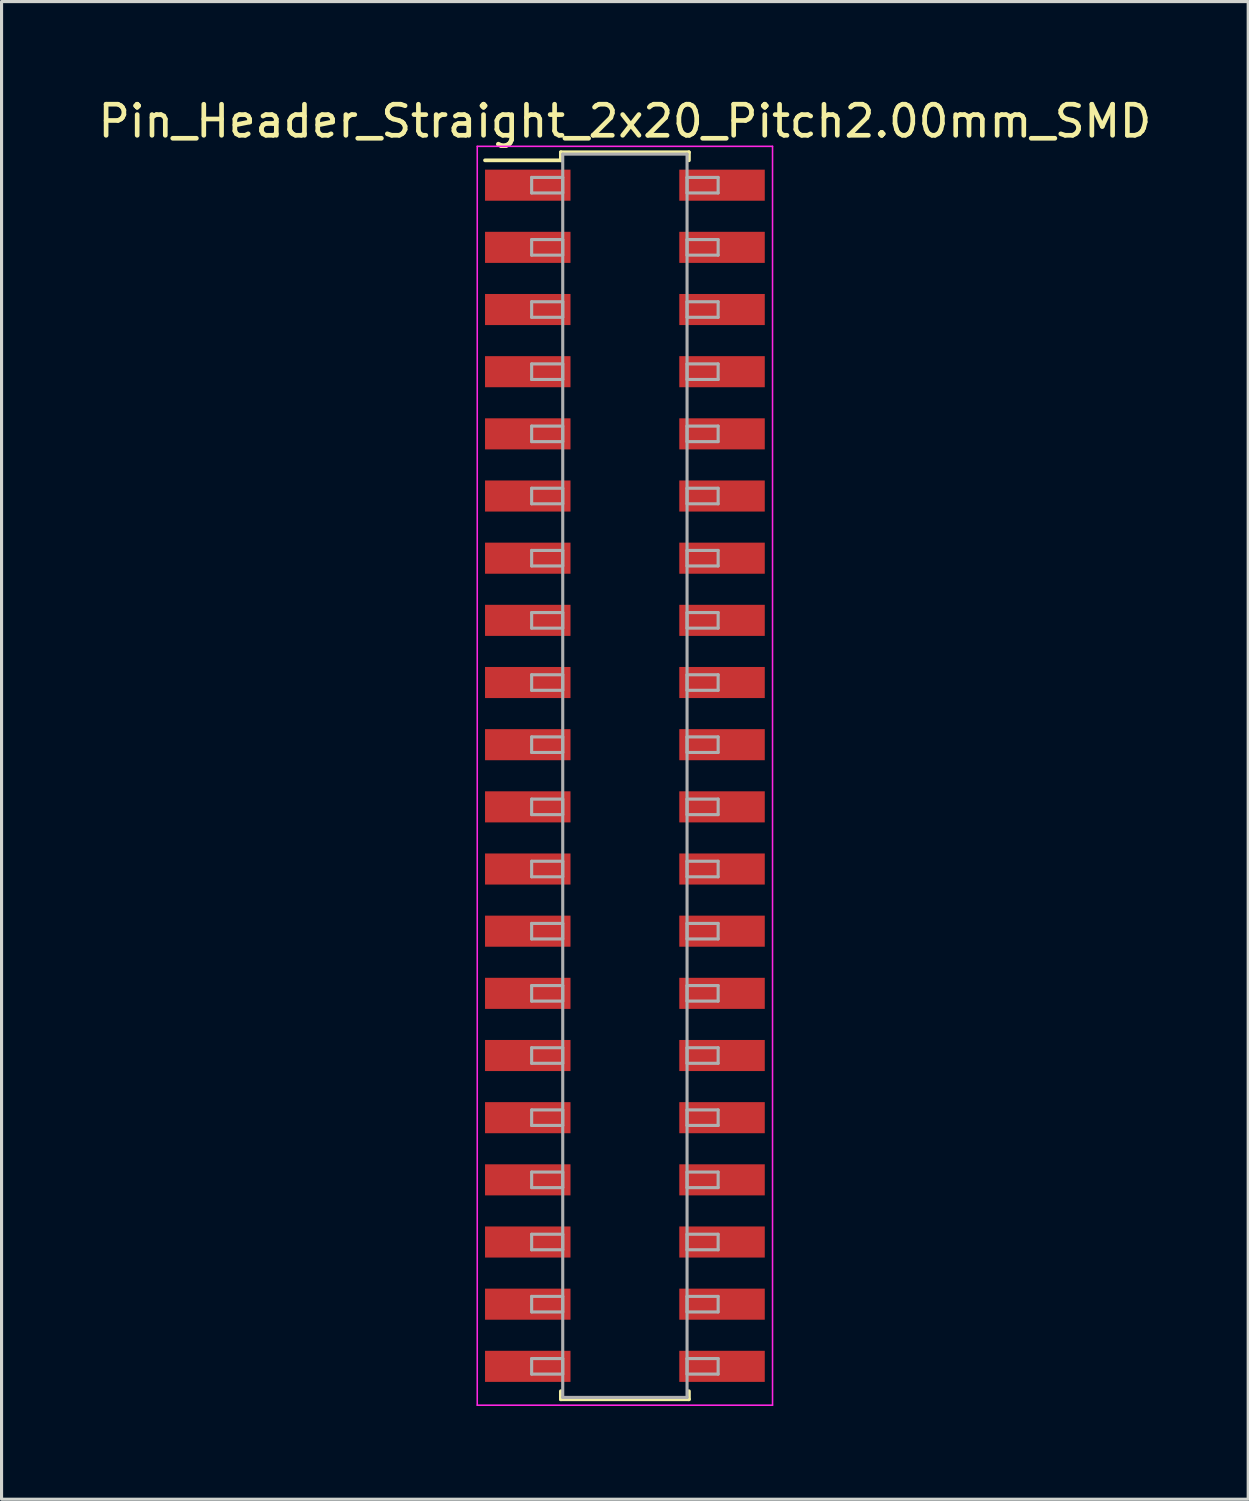
<source format=kicad_pcb>
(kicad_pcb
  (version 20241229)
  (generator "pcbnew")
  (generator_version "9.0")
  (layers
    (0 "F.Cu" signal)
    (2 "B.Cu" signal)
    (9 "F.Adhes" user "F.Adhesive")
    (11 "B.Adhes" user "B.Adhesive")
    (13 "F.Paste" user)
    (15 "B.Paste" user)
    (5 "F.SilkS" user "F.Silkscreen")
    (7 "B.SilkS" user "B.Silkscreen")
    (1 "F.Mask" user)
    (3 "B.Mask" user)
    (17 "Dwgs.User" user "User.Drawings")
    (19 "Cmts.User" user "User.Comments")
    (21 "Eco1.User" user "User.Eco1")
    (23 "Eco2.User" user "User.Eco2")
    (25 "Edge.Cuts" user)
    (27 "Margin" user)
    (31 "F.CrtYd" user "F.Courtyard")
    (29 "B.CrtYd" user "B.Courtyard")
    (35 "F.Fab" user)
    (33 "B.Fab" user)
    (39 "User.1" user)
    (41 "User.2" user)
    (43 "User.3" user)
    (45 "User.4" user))
  (footprint "Pin_Header_Straight_2x20_Pitch2.00mm_SMD"
    (layer "F.Cu")
    (at 17.054 21.908)
    (property "Reference" "Pin_Header_Straight_2x20_Pitch2.00mm_SMD" (at 0 -21.06 0) (layer "F.SilkS") (effects (font (size 1 1) (thickness 0.15))))
    (attr smd)
    (fp_line (start -4.5 -19.8) (end -2.06 -19.8) (stroke (width 0.12) (type solid)) (layer "F.SilkS"))
    (fp_line (start -2.06 -20.06) (end 2.06 -20.06) (stroke (width 0.12) (type solid)) (layer "F.SilkS"))
    (fp_line (start -2.06 -19.8) (end -2.06 -20.06) (stroke (width 0.12) (type solid)) (layer "F.SilkS"))
    (fp_line (start -2.06 19.8) (end -2.06 20.06) (stroke (width 0.12) (type solid)) (layer "F.SilkS"))
    (fp_line (start -2.06 20.06) (end 2.06 20.06) (stroke (width 0.12) (type solid)) (layer "F.SilkS"))
    (fp_line (start 2.06 -20.06) (end 2.06 -19.8) (stroke (width 0.12) (type solid)) (layer "F.SilkS"))
    (fp_line (start 2.06 20.06) (end 2.06 19.8) (stroke (width 0.12) (type solid)) (layer "F.SilkS"))
    (fp_line (start -4.75 -20.25) (end -4.75 20.25) (stroke (width 0.05) (type solid)) (layer "F.CrtYd"))
    (fp_line (start -4.75 20.25) (end 4.75 20.25) (stroke (width 0.05) (type solid)) (layer "F.CrtYd"))
    (fp_line (start 4.75 -20.25) (end -4.75 -20.25) (stroke (width 0.05) (type solid)) (layer "F.CrtYd"))
    (fp_line (start 4.75 20.25) (end 4.75 -20.25) (stroke (width 0.05) (type solid)) (layer "F.CrtYd"))
    (fp_line (start -3 -19.25) (end -2 -19.25) (stroke (width 0.1) (type solid)) (layer "F.Fab"))
    (fp_line (start -3 -18.75) (end -3 -19.25) (stroke (width 0.1) (type solid)) (layer "F.Fab"))
    (fp_line (start -3 -17.25) (end -2 -17.25) (stroke (width 0.1) (type solid)) (layer "F.Fab"))
    (fp_line (start -3 -16.75) (end -3 -17.25) (stroke (width 0.1) (type solid)) (layer "F.Fab"))
    (fp_line (start -3 -15.25) (end -2 -15.25) (stroke (width 0.1) (type solid)) (layer "F.Fab"))
    (fp_line (start -3 -14.75) (end -3 -15.25) (stroke (width 0.1) (type solid)) (layer "F.Fab"))
    (fp_line (start -3 -13.25) (end -2 -13.25) (stroke (width 0.1) (type solid)) (layer "F.Fab"))
    (fp_line (start -3 -12.75) (end -3 -13.25) (stroke (width 0.1) (type solid)) (layer "F.Fab"))
    (fp_line (start -3 -11.25) (end -2 -11.25) (stroke (width 0.1) (type solid)) (layer "F.Fab"))
    (fp_line (start -3 -10.75) (end -3 -11.25) (stroke (width 0.1) (type solid)) (layer "F.Fab"))
    (fp_line (start -3 -9.25) (end -2 -9.25) (stroke (width 0.1) (type solid)) (layer "F.Fab"))
    (fp_line (start -3 -8.75) (end -3 -9.25) (stroke (width 0.1) (type solid)) (layer "F.Fab"))
    (fp_line (start -3 -7.25) (end -2 -7.25) (stroke (width 0.1) (type solid)) (layer "F.Fab"))
    (fp_line (start -3 -6.75) (end -3 -7.25) (stroke (width 0.1) (type solid)) (layer "F.Fab"))
    (fp_line (start -3 -5.25) (end -2 -5.25) (stroke (width 0.1) (type solid)) (layer "F.Fab"))
    (fp_line (start -3 -4.75) (end -3 -5.25) (stroke (width 0.1) (type solid)) (layer "F.Fab"))
    (fp_line (start -3 -3.25) (end -2 -3.25) (stroke (width 0.1) (type solid)) (layer "F.Fab"))
    (fp_line (start -3 -2.75) (end -3 -3.25) (stroke (width 0.1) (type solid)) (layer "F.Fab"))
    (fp_line (start -3 -1.25) (end -2 -1.25) (stroke (width 0.1) (type solid)) (layer "F.Fab"))
    (fp_line (start -3 -0.75) (end -3 -1.25) (stroke (width 0.1) (type solid)) (layer "F.Fab"))
    (fp_line (start -3 0.75) (end -2 0.75) (stroke (width 0.1) (type solid)) (layer "F.Fab"))
    (fp_line (start -3 1.25) (end -3 0.75) (stroke (width 0.1) (type solid)) (layer "F.Fab"))
    (fp_line (start -3 2.75) (end -2 2.75) (stroke (width 0.1) (type solid)) (layer "F.Fab"))
    (fp_line (start -3 3.25) (end -3 2.75) (stroke (width 0.1) (type solid)) (layer "F.Fab"))
    (fp_line (start -3 4.75) (end -2 4.75) (stroke (width 0.1) (type solid)) (layer "F.Fab"))
    (fp_line (start -3 5.25) (end -3 4.75) (stroke (width 0.1) (type solid)) (layer "F.Fab"))
    (fp_line (start -3 6.75) (end -2 6.75) (stroke (width 0.1) (type solid)) (layer "F.Fab"))
    (fp_line (start -3 7.25) (end -3 6.75) (stroke (width 0.1) (type solid)) (layer "F.Fab"))
    (fp_line (start -3 8.75) (end -2 8.75) (stroke (width 0.1) (type solid)) (layer "F.Fab"))
    (fp_line (start -3 9.25) (end -3 8.75) (stroke (width 0.1) (type solid)) (layer "F.Fab"))
    (fp_line (start -3 10.75) (end -2 10.75) (stroke (width 0.1) (type solid)) (layer "F.Fab"))
    (fp_line (start -3 11.25) (end -3 10.75) (stroke (width 0.1) (type solid)) (layer "F.Fab"))
    (fp_line (start -3 12.75) (end -2 12.75) (stroke (width 0.1) (type solid)) (layer "F.Fab"))
    (fp_line (start -3 13.25) (end -3 12.75) (stroke (width 0.1) (type solid)) (layer "F.Fab"))
    (fp_line (start -3 14.75) (end -2 14.75) (stroke (width 0.1) (type solid)) (layer "F.Fab"))
    (fp_line (start -3 15.25) (end -3 14.75) (stroke (width 0.1) (type solid)) (layer "F.Fab"))
    (fp_line (start -3 16.75) (end -2 16.75) (stroke (width 0.1) (type solid)) (layer "F.Fab"))
    (fp_line (start -3 17.25) (end -3 16.75) (stroke (width 0.1) (type solid)) (layer "F.Fab"))
    (fp_line (start -3 18.75) (end -2 18.75) (stroke (width 0.1) (type solid)) (layer "F.Fab"))
    (fp_line (start -3 19.25) (end -3 18.75) (stroke (width 0.1) (type solid)) (layer "F.Fab"))
    (fp_line (start -2 -20) (end -2 20) (stroke (width 0.1) (type solid)) (layer "F.Fab"))
    (fp_line (start -2 -19.25) (end -2 -18.75) (stroke (width 0.1) (type solid)) (layer "F.Fab"))
    (fp_line (start -2 -18.75) (end -3 -18.75) (stroke (width 0.1) (type solid)) (layer "F.Fab"))
    (fp_line (start -2 -17.25) (end -2 -16.75) (stroke (width 0.1) (type solid)) (layer "F.Fab"))
    (fp_line (start -2 -16.75) (end -3 -16.75) (stroke (width 0.1) (type solid)) (layer "F.Fab"))
    (fp_line (start -2 -15.25) (end -2 -14.75) (stroke (width 0.1) (type solid)) (layer "F.Fab"))
    (fp_line (start -2 -14.75) (end -3 -14.75) (stroke (width 0.1) (type solid)) (layer "F.Fab"))
    (fp_line (start -2 -13.25) (end -2 -12.75) (stroke (width 0.1) (type solid)) (layer "F.Fab"))
    (fp_line (start -2 -12.75) (end -3 -12.75) (stroke (width 0.1) (type solid)) (layer "F.Fab"))
    (fp_line (start -2 -11.25) (end -2 -10.75) (stroke (width 0.1) (type solid)) (layer "F.Fab"))
    (fp_line (start -2 -10.75) (end -3 -10.75) (stroke (width 0.1) (type solid)) (layer "F.Fab"))
    (fp_line (start -2 -9.25) (end -2 -8.75) (stroke (width 0.1) (type solid)) (layer "F.Fab"))
    (fp_line (start -2 -8.75) (end -3 -8.75) (stroke (width 0.1) (type solid)) (layer "F.Fab"))
    (fp_line (start -2 -7.25) (end -2 -6.75) (stroke (width 0.1) (type solid)) (layer "F.Fab"))
    (fp_line (start -2 -6.75) (end -3 -6.75) (stroke (width 0.1) (type solid)) (layer "F.Fab"))
    (fp_line (start -2 -5.25) (end -2 -4.75) (stroke (width 0.1) (type solid)) (layer "F.Fab"))
    (fp_line (start -2 -4.75) (end -3 -4.75) (stroke (width 0.1) (type solid)) (layer "F.Fab"))
    (fp_line (start -2 -3.25) (end -2 -2.75) (stroke (width 0.1) (type solid)) (layer "F.Fab"))
    (fp_line (start -2 -2.75) (end -3 -2.75) (stroke (width 0.1) (type solid)) (layer "F.Fab"))
    (fp_line (start -2 -1.25) (end -2 -0.75) (stroke (width 0.1) (type solid)) (layer "F.Fab"))
    (fp_line (start -2 -0.75) (end -3 -0.75) (stroke (width 0.1) (type solid)) (layer "F.Fab"))
    (fp_line (start -2 0.75) (end -2 1.25) (stroke (width 0.1) (type solid)) (layer "F.Fab"))
    (fp_line (start -2 1.25) (end -3 1.25) (stroke (width 0.1) (type solid)) (layer "F.Fab"))
    (fp_line (start -2 2.75) (end -2 3.25) (stroke (width 0.1) (type solid)) (layer "F.Fab"))
    (fp_line (start -2 3.25) (end -3 3.25) (stroke (width 0.1) (type solid)) (layer "F.Fab"))
    (fp_line (start -2 4.75) (end -2 5.25) (stroke (width 0.1) (type solid)) (layer "F.Fab"))
    (fp_line (start -2 5.25) (end -3 5.25) (stroke (width 0.1) (type solid)) (layer "F.Fab"))
    (fp_line (start -2 6.75) (end -2 7.25) (stroke (width 0.1) (type solid)) (layer "F.Fab"))
    (fp_line (start -2 7.25) (end -3 7.25) (stroke (width 0.1) (type solid)) (layer "F.Fab"))
    (fp_line (start -2 8.75) (end -2 9.25) (stroke (width 0.1) (type solid)) (layer "F.Fab"))
    (fp_line (start -2 9.25) (end -3 9.25) (stroke (width 0.1) (type solid)) (layer "F.Fab"))
    (fp_line (start -2 10.75) (end -2 11.25) (stroke (width 0.1) (type solid)) (layer "F.Fab"))
    (fp_line (start -2 11.25) (end -3 11.25) (stroke (width 0.1) (type solid)) (layer "F.Fab"))
    (fp_line (start -2 12.75) (end -2 13.25) (stroke (width 0.1) (type solid)) (layer "F.Fab"))
    (fp_line (start -2 13.25) (end -3 13.25) (stroke (width 0.1) (type solid)) (layer "F.Fab"))
    (fp_line (start -2 14.75) (end -2 15.25) (stroke (width 0.1) (type solid)) (layer "F.Fab"))
    (fp_line (start -2 15.25) (end -3 15.25) (stroke (width 0.1) (type solid)) (layer "F.Fab"))
    (fp_line (start -2 16.75) (end -2 17.25) (stroke (width 0.1) (type solid)) (layer "F.Fab"))
    (fp_line (start -2 17.25) (end -3 17.25) (stroke (width 0.1) (type solid)) (layer "F.Fab"))
    (fp_line (start -2 18.75) (end -2 19.25) (stroke (width 0.1) (type solid)) (layer "F.Fab"))
    (fp_line (start -2 19.25) (end -3 19.25) (stroke (width 0.1) (type solid)) (layer "F.Fab"))
    (fp_line (start -2 20) (end 2 20) (stroke (width 0.1) (type solid)) (layer "F.Fab"))
    (fp_line (start 2 -20) (end -2 -20) (stroke (width 0.1) (type solid)) (layer "F.Fab"))
    (fp_line (start 2 -19.25) (end 2 -18.75) (stroke (width 0.1) (type solid)) (layer "F.Fab"))
    (fp_line (start 2 -18.75) (end 3 -18.75) (stroke (width 0.1) (type solid)) (layer "F.Fab"))
    (fp_line (start 2 -17.25) (end 2 -16.75) (stroke (width 0.1) (type solid)) (layer "F.Fab"))
    (fp_line (start 2 -16.75) (end 3 -16.75) (stroke (width 0.1) (type solid)) (layer "F.Fab"))
    (fp_line (start 2 -15.25) (end 2 -14.75) (stroke (width 0.1) (type solid)) (layer "F.Fab"))
    (fp_line (start 2 -14.75) (end 3 -14.75) (stroke (width 0.1) (type solid)) (layer "F.Fab"))
    (fp_line (start 2 -13.25) (end 2 -12.75) (stroke (width 0.1) (type solid)) (layer "F.Fab"))
    (fp_line (start 2 -12.75) (end 3 -12.75) (stroke (width 0.1) (type solid)) (layer "F.Fab"))
    (fp_line (start 2 -11.25) (end 2 -10.75) (stroke (width 0.1) (type solid)) (layer "F.Fab"))
    (fp_line (start 2 -10.75) (end 3 -10.75) (stroke (width 0.1) (type solid)) (layer "F.Fab"))
    (fp_line (start 2 -9.25) (end 2 -8.75) (stroke (width 0.1) (type solid)) (layer "F.Fab"))
    (fp_line (start 2 -8.75) (end 3 -8.75) (stroke (width 0.1) (type solid)) (layer "F.Fab"))
    (fp_line (start 2 -7.25) (end 2 -6.75) (stroke (width 0.1) (type solid)) (layer "F.Fab"))
    (fp_line (start 2 -6.75) (end 3 -6.75) (stroke (width 0.1) (type solid)) (layer "F.Fab"))
    (fp_line (start 2 -5.25) (end 2 -4.75) (stroke (width 0.1) (type solid)) (layer "F.Fab"))
    (fp_line (start 2 -4.75) (end 3 -4.75) (stroke (width 0.1) (type solid)) (layer "F.Fab"))
    (fp_line (start 2 -3.25) (end 2 -2.75) (stroke (width 0.1) (type solid)) (layer "F.Fab"))
    (fp_line (start 2 -2.75) (end 3 -2.75) (stroke (width 0.1) (type solid)) (layer "F.Fab"))
    (fp_line (start 2 -1.25) (end 2 -0.75) (stroke (width 0.1) (type solid)) (layer "F.Fab"))
    (fp_line (start 2 -0.75) (end 3 -0.75) (stroke (width 0.1) (type solid)) (layer "F.Fab"))
    (fp_line (start 2 0.75) (end 2 1.25) (stroke (width 0.1) (type solid)) (layer "F.Fab"))
    (fp_line (start 2 1.25) (end 3 1.25) (stroke (width 0.1) (type solid)) (layer "F.Fab"))
    (fp_line (start 2 2.75) (end 2 3.25) (stroke (width 0.1) (type solid)) (layer "F.Fab"))
    (fp_line (start 2 3.25) (end 3 3.25) (stroke (width 0.1) (type solid)) (layer "F.Fab"))
    (fp_line (start 2 4.75) (end 2 5.25) (stroke (width 0.1) (type solid)) (layer "F.Fab"))
    (fp_line (start 2 5.25) (end 3 5.25) (stroke (width 0.1) (type solid)) (layer "F.Fab"))
    (fp_line (start 2 6.75) (end 2 7.25) (stroke (width 0.1) (type solid)) (layer "F.Fab"))
    (fp_line (start 2 7.25) (end 3 7.25) (stroke (width 0.1) (type solid)) (layer "F.Fab"))
    (fp_line (start 2 8.75) (end 2 9.25) (stroke (width 0.1) (type solid)) (layer "F.Fab"))
    (fp_line (start 2 9.25) (end 3 9.25) (stroke (width 0.1) (type solid)) (layer "F.Fab"))
    (fp_line (start 2 10.75) (end 2 11.25) (stroke (width 0.1) (type solid)) (layer "F.Fab"))
    (fp_line (start 2 11.25) (end 3 11.25) (stroke (width 0.1) (type solid)) (layer "F.Fab"))
    (fp_line (start 2 12.75) (end 2 13.25) (stroke (width 0.1) (type solid)) (layer "F.Fab"))
    (fp_line (start 2 13.25) (end 3 13.25) (stroke (width 0.1) (type solid)) (layer "F.Fab"))
    (fp_line (start 2 14.75) (end 2 15.25) (stroke (width 0.1) (type solid)) (layer "F.Fab"))
    (fp_line (start 2 15.25) (end 3 15.25) (stroke (width 0.1) (type solid)) (layer "F.Fab"))
    (fp_line (start 2 16.75) (end 2 17.25) (stroke (width 0.1) (type solid)) (layer "F.Fab"))
    (fp_line (start 2 17.25) (end 3 17.25) (stroke (width 0.1) (type solid)) (layer "F.Fab"))
    (fp_line (start 2 18.75) (end 2 19.25) (stroke (width 0.1) (type solid)) (layer "F.Fab"))
    (fp_line (start 2 19.25) (end 3 19.25) (stroke (width 0.1) (type solid)) (layer "F.Fab"))
    (fp_line (start 2 20) (end 2 -20) (stroke (width 0.1) (type solid)) (layer "F.Fab"))
    (fp_line (start 3 -19.25) (end 2 -19.25) (stroke (width 0.1) (type solid)) (layer "F.Fab"))
    (fp_line (start 3 -18.75) (end 3 -19.25) (stroke (width 0.1) (type solid)) (layer "F.Fab"))
    (fp_line (start 3 -17.25) (end 2 -17.25) (stroke (width 0.1) (type solid)) (layer "F.Fab"))
    (fp_line (start 3 -16.75) (end 3 -17.25) (stroke (width 0.1) (type solid)) (layer "F.Fab"))
    (fp_line (start 3 -15.25) (end 2 -15.25) (stroke (width 0.1) (type solid)) (layer "F.Fab"))
    (fp_line (start 3 -14.75) (end 3 -15.25) (stroke (width 0.1) (type solid)) (layer "F.Fab"))
    (fp_line (start 3 -13.25) (end 2 -13.25) (stroke (width 0.1) (type solid)) (layer "F.Fab"))
    (fp_line (start 3 -12.75) (end 3 -13.25) (stroke (width 0.1) (type solid)) (layer "F.Fab"))
    (fp_line (start 3 -11.25) (end 2 -11.25) (stroke (width 0.1) (type solid)) (layer "F.Fab"))
    (fp_line (start 3 -10.75) (end 3 -11.25) (stroke (width 0.1) (type solid)) (layer "F.Fab"))
    (fp_line (start 3 -9.25) (end 2 -9.25) (stroke (width 0.1) (type solid)) (layer "F.Fab"))
    (fp_line (start 3 -8.75) (end 3 -9.25) (stroke (width 0.1) (type solid)) (layer "F.Fab"))
    (fp_line (start 3 -7.25) (end 2 -7.25) (stroke (width 0.1) (type solid)) (layer "F.Fab"))
    (fp_line (start 3 -6.75) (end 3 -7.25) (stroke (width 0.1) (type solid)) (layer "F.Fab"))
    (fp_line (start 3 -5.25) (end 2 -5.25) (stroke (width 0.1) (type solid)) (layer "F.Fab"))
    (fp_line (start 3 -4.75) (end 3 -5.25) (stroke (width 0.1) (type solid)) (layer "F.Fab"))
    (fp_line (start 3 -3.25) (end 2 -3.25) (stroke (width 0.1) (type solid)) (layer "F.Fab"))
    (fp_line (start 3 -2.75) (end 3 -3.25) (stroke (width 0.1) (type solid)) (layer "F.Fab"))
    (fp_line (start 3 -1.25) (end 2 -1.25) (stroke (width 0.1) (type solid)) (layer "F.Fab"))
    (fp_line (start 3 -0.75) (end 3 -1.25) (stroke (width 0.1) (type solid)) (layer "F.Fab"))
    (fp_line (start 3 0.75) (end 2 0.75) (stroke (width 0.1) (type solid)) (layer "F.Fab"))
    (fp_line (start 3 1.25) (end 3 0.75) (stroke (width 0.1) (type solid)) (layer "F.Fab"))
    (fp_line (start 3 2.75) (end 2 2.75) (stroke (width 0.1) (type solid)) (layer "F.Fab"))
    (fp_line (start 3 3.25) (end 3 2.75) (stroke (width 0.1) (type solid)) (layer "F.Fab"))
    (fp_line (start 3 4.75) (end 2 4.75) (stroke (width 0.1) (type solid)) (layer "F.Fab"))
    (fp_line (start 3 5.25) (end 3 4.75) (stroke (width 0.1) (type solid)) (layer "F.Fab"))
    (fp_line (start 3 6.75) (end 2 6.75) (stroke (width 0.1) (type solid)) (layer "F.Fab"))
    (fp_line (start 3 7.25) (end 3 6.75) (stroke (width 0.1) (type solid)) (layer "F.Fab"))
    (fp_line (start 3 8.75) (end 2 8.75) (stroke (width 0.1) (type solid)) (layer "F.Fab"))
    (fp_line (start 3 9.25) (end 3 8.75) (stroke (width 0.1) (type solid)) (layer "F.Fab"))
    (fp_line (start 3 10.75) (end 2 10.75) (stroke (width 0.1) (type solid)) (layer "F.Fab"))
    (fp_line (start 3 11.25) (end 3 10.75) (stroke (width 0.1) (type solid)) (layer "F.Fab"))
    (fp_line (start 3 12.75) (end 2 12.75) (stroke (width 0.1) (type solid)) (layer "F.Fab"))
    (fp_line (start 3 13.25) (end 3 12.75) (stroke (width 0.1) (type solid)) (layer "F.Fab"))
    (fp_line (start 3 14.75) (end 2 14.75) (stroke (width 0.1) (type solid)) (layer "F.Fab"))
    (fp_line (start 3 15.25) (end 3 14.75) (stroke (width 0.1) (type solid)) (layer "F.Fab"))
    (fp_line (start 3 16.75) (end 2 16.75) (stroke (width 0.1) (type solid)) (layer "F.Fab"))
    (fp_line (start 3 17.25) (end 3 16.75) (stroke (width 0.1) (type solid)) (layer "F.Fab"))
    (fp_line (start 3 18.75) (end 2 18.75) (stroke (width 0.1) (type solid)) (layer "F.Fab"))
    (fp_line (start 3 19.25) (end 3 18.75) (stroke (width 0.1) (type solid)) (layer "F.Fab"))
    (pad "1" smd rect (at -3.125 -19) (size 2.75 1) (layers "F.Cu" "F.Mask"))
    (pad "2" smd rect (at 3.125 -19) (size 2.75 1) (layers "F.Cu" "F.Mask"))
    (pad "3" smd rect (at -3.125 -17) (size 2.75 1) (layers "F.Cu" "F.Mask"))
    (pad "4" smd rect (at 3.125 -17) (size 2.75 1) (layers "F.Cu" "F.Mask"))
    (pad "5" smd rect (at -3.125 -15) (size 2.75 1) (layers "F.Cu" "F.Mask"))
    (pad "6" smd rect (at 3.125 -15) (size 2.75 1) (layers "F.Cu" "F.Mask"))
    (pad "7" smd rect (at -3.125 -13) (size 2.75 1) (layers "F.Cu" "F.Mask"))
    (pad "8" smd rect (at 3.125 -13) (size 2.75 1) (layers "F.Cu" "F.Mask"))
    (pad "9" smd rect (at -3.125 -11) (size 2.75 1) (layers "F.Cu" "F.Mask"))
    (pad "10" smd rect (at 3.125 -11) (size 2.75 1) (layers "F.Cu" "F.Mask"))
    (pad "11" smd rect (at -3.125 -9) (size 2.75 1) (layers "F.Cu" "F.Mask"))
    (pad "12" smd rect (at 3.125 -9) (size 2.75 1) (layers "F.Cu" "F.Mask"))
    (pad "13" smd rect (at -3.125 -7) (size 2.75 1) (layers "F.Cu" "F.Mask"))
    (pad "14" smd rect (at 3.125 -7) (size 2.75 1) (layers "F.Cu" "F.Mask"))
    (pad "15" smd rect (at -3.125 -5) (size 2.75 1) (layers "F.Cu" "F.Mask"))
    (pad "16" smd rect (at 3.125 -5) (size 2.75 1) (layers "F.Cu" "F.Mask"))
    (pad "17" smd rect (at -3.125 -3) (size 2.75 1) (layers "F.Cu" "F.Mask"))
    (pad "18" smd rect (at 3.125 -3) (size 2.75 1) (layers "F.Cu" "F.Mask"))
    (pad "19" smd rect (at -3.125 -1) (size 2.75 1) (layers "F.Cu" "F.Mask"))
    (pad "20" smd rect (at 3.125 -1) (size 2.75 1) (layers "F.Cu" "F.Mask"))
    (pad "21" smd rect (at -3.125 1) (size 2.75 1) (layers "F.Cu" "F.Mask"))
    (pad "22" smd rect (at 3.125 1) (size 2.75 1) (layers "F.Cu" "F.Mask"))
    (pad "23" smd rect (at -3.125 3) (size 2.75 1) (layers "F.Cu" "F.Mask"))
    (pad "24" smd rect (at 3.125 3) (size 2.75 1) (layers "F.Cu" "F.Mask"))
    (pad "25" smd rect (at -3.125 5) (size 2.75 1) (layers "F.Cu" "F.Mask"))
    (pad "26" smd rect (at 3.125 5) (size 2.75 1) (layers "F.Cu" "F.Mask"))
    (pad "27" smd rect (at -3.125 7) (size 2.75 1) (layers "F.Cu" "F.Mask"))
    (pad "28" smd rect (at 3.125 7) (size 2.75 1) (layers "F.Cu" "F.Mask"))
    (pad "29" smd rect (at -3.125 9) (size 2.75 1) (layers "F.Cu" "F.Mask"))
    (pad "30" smd rect (at 3.125 9) (size 2.75 1) (layers "F.Cu" "F.Mask"))
    (pad "31" smd rect (at -3.125 11) (size 2.75 1) (layers "F.Cu" "F.Mask"))
    (pad "32" smd rect (at 3.125 11) (size 2.75 1) (layers "F.Cu" "F.Mask"))
    (pad "33" smd rect (at -3.125 13) (size 2.75 1) (layers "F.Cu" "F.Mask"))
    (pad "34" smd rect (at 3.125 13) (size 2.75 1) (layers "F.Cu" "F.Mask"))
    (pad "35" smd rect (at -3.125 15) (size 2.75 1) (layers "F.Cu" "F.Mask"))
    (pad "36" smd rect (at 3.125 15) (size 2.75 1) (layers "F.Cu" "F.Mask"))
    (pad "37" smd rect (at -3.125 17) (size 2.75 1) (layers "F.Cu" "F.Mask"))
    (pad "38" smd rect (at 3.125 17) (size 2.75 1) (layers "F.Cu" "F.Mask"))
    (pad "39" smd rect (at -3.125 19) (size 2.75 1) (layers "F.Cu" "F.Mask"))
    (pad "40" smd rect (at 3.125 19) (size 2.75 1) (layers "F.Cu" "F.Mask")))
  (gr_rect
    (start -3 -3)
    (end 37.107 45.183)
    (stroke (width 0.1) (type default))
    (fill no)
    (layer "Edge.Cuts")))
</source>
